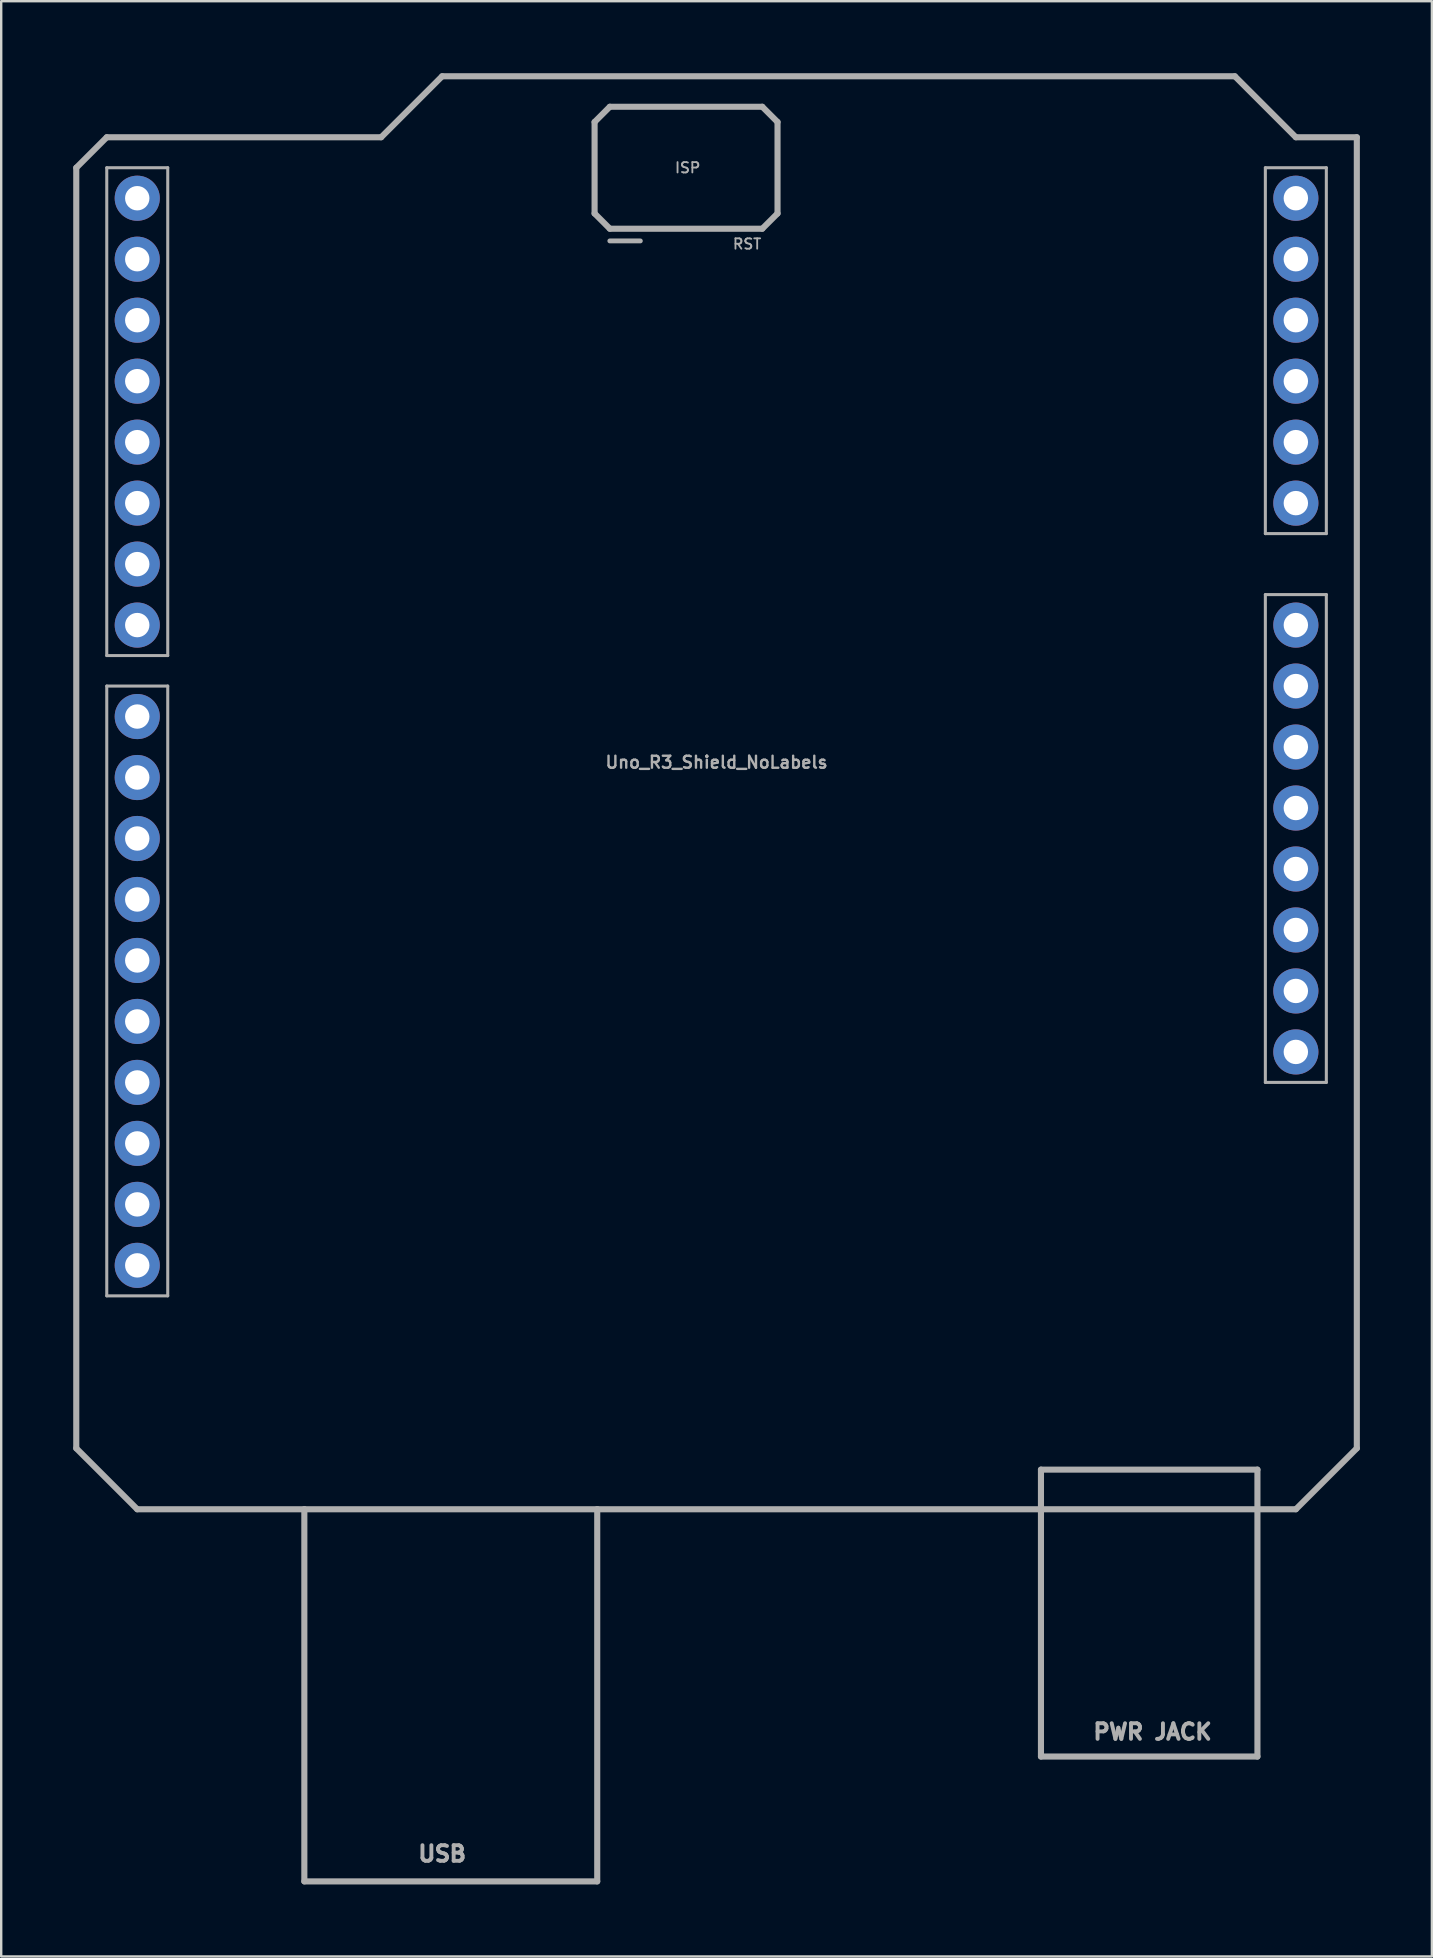
<source format=kicad_pcb>
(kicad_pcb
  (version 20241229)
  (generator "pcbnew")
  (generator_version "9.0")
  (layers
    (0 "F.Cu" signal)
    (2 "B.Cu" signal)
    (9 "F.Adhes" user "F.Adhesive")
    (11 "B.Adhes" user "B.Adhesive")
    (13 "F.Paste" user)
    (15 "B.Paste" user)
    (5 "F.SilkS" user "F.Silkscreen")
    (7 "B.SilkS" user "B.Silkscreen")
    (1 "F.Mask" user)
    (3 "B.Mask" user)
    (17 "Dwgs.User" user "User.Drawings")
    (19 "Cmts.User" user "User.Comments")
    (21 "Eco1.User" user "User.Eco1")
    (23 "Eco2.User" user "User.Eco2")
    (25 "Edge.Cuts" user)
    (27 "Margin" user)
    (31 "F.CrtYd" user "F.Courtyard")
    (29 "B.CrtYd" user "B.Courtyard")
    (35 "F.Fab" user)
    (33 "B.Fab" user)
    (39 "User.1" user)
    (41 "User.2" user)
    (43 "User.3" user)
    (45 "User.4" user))
  (footprint "Uno_R3_Shield_NoLabels"
    (layer "F.Cu")
    (at 26.797 29.337)
    (property "Reference" "Uno_R3_Shield_NoLabels" (at 0 -0.635 0) (unlocked yes) (layer "F.Fab") (effects (font (size 0.5 0.5) (thickness 0.1))))
    (fp_line (start -26.67 -25.4) (end -26.67 27.94) (stroke (width 0.254) (type solid)) (layer "F.Fab"))
    (fp_line (start -26.67 27.94) (end -24.13 30.48) (stroke (width 0.254) (type solid)) (layer "F.Fab"))
    (fp_line (start -25.4 -26.67) (end -26.67 -25.4) (stroke (width 0.254) (type solid)) (layer "F.Fab"))
    (fp_line (start -25.4 -25.4) (end -22.86 -25.4) (stroke (width 0.127) (type solid)) (layer "F.Fab"))
    (fp_line (start -25.4 -5.08) (end -25.4 -25.4) (stroke (width 0.127) (type solid)) (layer "F.Fab"))
    (fp_line (start -25.4 -3.81) (end -22.86 -3.81) (stroke (width 0.127) (type solid)) (layer "F.Fab"))
    (fp_line (start -25.4 21.59) (end -25.4 -3.81) (stroke (width 0.127) (type solid)) (layer "F.Fab"))
    (fp_line (start -24.13 30.48) (end -17.17 30.48) (stroke (width 0.254) (type solid)) (layer "F.Fab"))
    (fp_line (start -22.86 -25.4) (end -22.86 -5.08) (stroke (width 0.127) (type solid)) (layer "F.Fab"))
    (fp_line (start -22.86 -5.08) (end -25.4 -5.08) (stroke (width 0.127) (type solid)) (layer "F.Fab"))
    (fp_line (start -22.86 -3.81) (end -22.86 21.59) (stroke (width 0.127) (type solid)) (layer "F.Fab"))
    (fp_line (start -22.86 21.59) (end -25.4 21.59) (stroke (width 0.127) (type solid)) (layer "F.Fab"))
    (fp_line (start -17.17 30.48) (end -4.97 30.48) (stroke (width 0.254) (type solid)) (layer "F.Fab"))
    (fp_line (start -17.17 45.98) (end -17.17 30.48) (stroke (width 0.254) (type solid)) (layer "F.Fab"))
    (fp_line (start -17.17 45.98) (end -4.97 45.98) (stroke (width 0.254) (type solid)) (layer "F.Fab"))
    (fp_line (start -13.97 -26.67) (end -25.4 -26.67) (stroke (width 0.254) (type solid)) (layer "F.Fab"))
    (fp_line (start -11.43 -29.21) (end -13.97 -26.67) (stroke (width 0.254) (type solid)) (layer "F.Fab"))
    (fp_line (start -5.08 -27.305) (end -4.445 -27.94) (stroke (width 0.254) (type solid)) (layer "F.Fab"))
    (fp_line (start -5.08 -23.495) (end -5.08 -27.305) (stroke (width 0.254) (type solid)) (layer "F.Fab"))
    (fp_line (start -4.97 30.48) (end 24.13 30.48) (stroke (width 0.254) (type solid)) (layer "F.Fab"))
    (fp_line (start -4.97 45.98) (end -4.97 30.48) (stroke (width 0.254) (type solid)) (layer "F.Fab"))
    (fp_line (start -4.445 -27.94) (end 1.905 -27.94) (stroke (width 0.254) (type solid)) (layer "F.Fab"))
    (fp_line (start -4.445 -22.86) (end -5.08 -23.495) (stroke (width 0.254) (type solid)) (layer "F.Fab"))
    (fp_line (start -3.175 -22.352) (end -4.445 -22.352) (stroke (width 0.203) (type solid)) (layer "F.Fab"))
    (fp_line (start 1.905 -27.94) (end 2.54 -27.305) (stroke (width 0.254) (type solid)) (layer "F.Fab"))
    (fp_line (start 1.905 -22.86) (end -4.445 -22.86) (stroke (width 0.254) (type solid)) (layer "F.Fab"))
    (fp_line (start 2.54 -27.305) (end 2.54 -23.495) (stroke (width 0.254) (type solid)) (layer "F.Fab"))
    (fp_line (start 2.54 -23.495) (end 1.905 -22.86) (stroke (width 0.254) (type solid)) (layer "F.Fab"))
    (fp_line (start 13.513 28.829) (end 22.53 28.829) (stroke (width 0.254) (type solid)) (layer "F.Fab"))
    (fp_line (start 13.513 40.78) (end 13.513 28.829) (stroke (width 0.254) (type solid)) (layer "F.Fab"))
    (fp_line (start 13.513 40.78) (end 22.53 40.78) (stroke (width 0.254) (type solid)) (layer "F.Fab"))
    (fp_line (start 21.59 -29.21) (end -11.43 -29.21) (stroke (width 0.254) (type solid)) (layer "F.Fab"))
    (fp_line (start 22.53 40.78) (end 22.53 28.829) (stroke (width 0.254) (type solid)) (layer "F.Fab"))
    (fp_line (start 22.86 -25.4) (end 25.4 -25.4) (stroke (width 0.127) (type solid)) (layer "F.Fab"))
    (fp_line (start 22.86 -10.16) (end 22.86 -25.4) (stroke (width 0.127) (type solid)) (layer "F.Fab"))
    (fp_line (start 22.86 -7.62) (end 22.86 12.7) (stroke (width 0.127) (type solid)) (layer "F.Fab"))
    (fp_line (start 22.86 12.7) (end 25.4 12.7) (stroke (width 0.127) (type solid)) (layer "F.Fab"))
    (fp_line (start 24.13 -26.67) (end 21.59 -29.21) (stroke (width 0.254) (type solid)) (layer "F.Fab"))
    (fp_line (start 24.13 30.48) (end 26.67 27.94) (stroke (width 0.254) (type solid)) (layer "F.Fab"))
    (fp_line (start 25.4 -25.4) (end 25.4 -10.16) (stroke (width 0.127) (type solid)) (layer "F.Fab"))
    (fp_line (start 25.4 -10.16) (end 22.86 -10.16) (stroke (width 0.127) (type solid)) (layer "F.Fab"))
    (fp_line (start 25.4 -7.62) (end 22.86 -7.62) (stroke (width 0.127) (type solid)) (layer "F.Fab"))
    (fp_line (start 25.4 12.7) (end 25.4 -7.62) (stroke (width 0.127) (type solid)) (layer "F.Fab"))
    (fp_line (start 26.67 -26.67) (end 24.13 -26.67) (stroke (width 0.254) (type solid)) (layer "F.Fab"))
    (fp_line (start 26.67 27.94) (end 26.67 -26.67) (stroke (width 0.254) (type solid)) (layer "F.Fab"))
    (fp_text user "ISP" (at -1.778 -25.146 0) (unlocked yes) (layer "F.Fab") (effects (font (size 0.432 0.432) (thickness 0.076)) (justify left bottom)))
    (fp_text user "PWR JACK" (at 18.161 39.37 0) (unlocked yes) (layer "F.Fab") (effects (font (size 0.65 0.65) (thickness 0.163)) (justify top)))
    (fp_text user "RST" (at 0.635 -21.971 0) (unlocked yes) (layer "F.Fab") (effects (font (size 0.432 0.432) (thickness 0.076)) (justify left bottom)))
    (fp_text user "USB" (at -11.43 44.45 0) (unlocked yes) (layer "F.Fab") (effects (font (size 0.65 0.65) (thickness 0.163)) (justify top)))
    (pad "3.3V" thru_hole circle (at 24.13 3.81 90) (size 1.88 1.88) (drill 1.016) (layers "*.Cu" "*.Mask"))
    (pad "5V" thru_hole circle (at 24.13 1.27 90) (size 1.88 1.88) (drill 1.016) (layers "*.Cu" "*.Mask"))
    (pad "A0" thru_hole circle (at 24.13 -11.43 90) (size 1.88 1.88) (drill 1.016) (layers "*.Cu" "*.Mask"))
    (pad "A1" thru_hole circle (at 24.13 -13.97 90) (size 1.88 1.88) (drill 1.016) (layers "*.Cu" "*.Mask"))
    (pad "A2" thru_hole circle (at 24.13 -16.51 90) (size 1.88 1.88) (drill 1.016) (layers "*.Cu" "*.Mask"))
    (pad "A3" thru_hole circle (at 24.13 -19.05 90) (size 1.88 1.88) (drill 1.016) (layers "*.Cu" "*.Mask"))
    (pad "A4/SDA" thru_hole circle (at -24.13 17.78 90) (size 1.88 1.88) (drill 1.016) (layers "*.Cu" "*.Mask"))
    (pad "A4/SDA" thru_hole circle (at 24.13 -21.59 90) (size 1.88 1.88) (drill 1.016) (layers "*.Cu" "*.Mask"))
    (pad "A5/SCL" thru_hole circle (at -24.13 20.32 90) (size 1.88 1.88) (drill 1.016) (layers "*.Cu" "*.Mask"))
    (pad "A5/SCL" thru_hole circle (at 24.13 -24.13 90) (size 1.88 1.88) (drill 1.016) (layers "*.Cu" "*.Mask"))
    (pad "AREF" thru_hole circle (at -24.13 15.24 90) (size 1.88 1.88) (drill 1.016) (layers "*.Cu" "*.Mask"))
    (pad "D0/TXO" thru_hole circle (at -24.13 -24.13 90) (size 1.88 1.88) (drill 1.016) (layers "*.Cu" "*.Mask"))
    (pad "D1/RXI" thru_hole circle (at -24.13 -21.59 90) (size 1.88 1.88) (drill 1.016) (layers "*.Cu" "*.Mask"))
    (pad "D2" thru_hole circle (at -24.13 -19.05 90) (size 1.88 1.88) (drill 1.016) (layers "*.Cu" "*.Mask"))
    (pad "D3" thru_hole circle (at -24.13 -16.51 90) (size 1.88 1.88) (drill 1.016) (layers "*.Cu" "*.Mask"))
    (pad "D4" thru_hole circle (at -24.13 -13.97 90) (size 1.88 1.88) (drill 1.016) (layers "*.Cu" "*.Mask"))
    (pad "D5" thru_hole circle (at -24.13 -11.43 90) (size 1.88 1.88) (drill 1.016) (layers "*.Cu" "*.Mask"))
    (pad "D6" thru_hole circle (at -24.13 -8.89 90) (size 1.88 1.88) (drill 1.016) (layers "*.Cu" "*.Mask"))
    (pad "D7" thru_hole circle (at -24.13 -6.35 90) (size 1.88 1.88) (drill 1.016) (layers "*.Cu" "*.Mask"))
    (pad "D8" thru_hole circle (at -24.13 -2.54 90) (size 1.88 1.88) (drill 1.016) (layers "*.Cu" "*.Mask"))
    (pad "D9" thru_hole circle (at -24.13 0 90) (size 1.88 1.88) (drill 1.016) (layers "*.Cu" "*.Mask"))
    (pad "D10" thru_hole circle (at -24.13 2.54 90) (size 1.88 1.88) (drill 1.016) (layers "*.Cu" "*.Mask"))
    (pad "D11" thru_hole circle (at -24.13 5.08 90) (size 1.88 1.88) (drill 1.016) (layers "*.Cu" "*.Mask"))
    (pad "D12" thru_hole circle (at -24.13 7.62 90) (size 1.88 1.88) (drill 1.016) (layers "*.Cu" "*.Mask"))
    (pad "D13" thru_hole circle (at -24.13 10.16 90) (size 1.88 1.88) (drill 1.016) (layers "*.Cu" "*.Mask"))
    (pad "GND" thru_hole circle (at -24.13 12.7 90) (size 1.88 1.88) (drill 1.016) (layers "*.Cu" "*.Mask"))
    (pad "GND" thru_hole circle (at 24.13 -3.81 90) (size 1.88 1.88) (drill 1.016) (layers "*.Cu" "*.Mask"))
    (pad "GND" thru_hole circle (at 24.13 -1.27 90) (size 1.88 1.88) (drill 1.016) (layers "*.Cu" "*.Mask"))
    (pad "IOREF" thru_hole circle (at 24.13 8.89 90) (size 1.88 1.88) (drill 1.016) (layers "*.Cu" "*.Mask"))
    (pad "NC" thru_hole circle (at 24.13 11.43 90) (size 1.88 1.88) (drill 1.016) (layers "*.Cu" "*.Mask"))
    (pad "VIN" thru_hole circle (at 24.13 -6.35 90) (size 1.88 1.88) (drill 1.016) (layers "*.Cu" "*.Mask"))
    (pad "~{RESET}" thru_hole circle (at 24.13 6.35 90) (size 1.88 1.88) (drill 1.016) (layers "*.Cu" "*.Mask")))
  (gr_rect
    (start -3 -3)
    (end 56.594 78.444)
    (stroke (width 0.1) (type default))
    (fill no)
    (layer "Edge.Cuts")))
</source>
